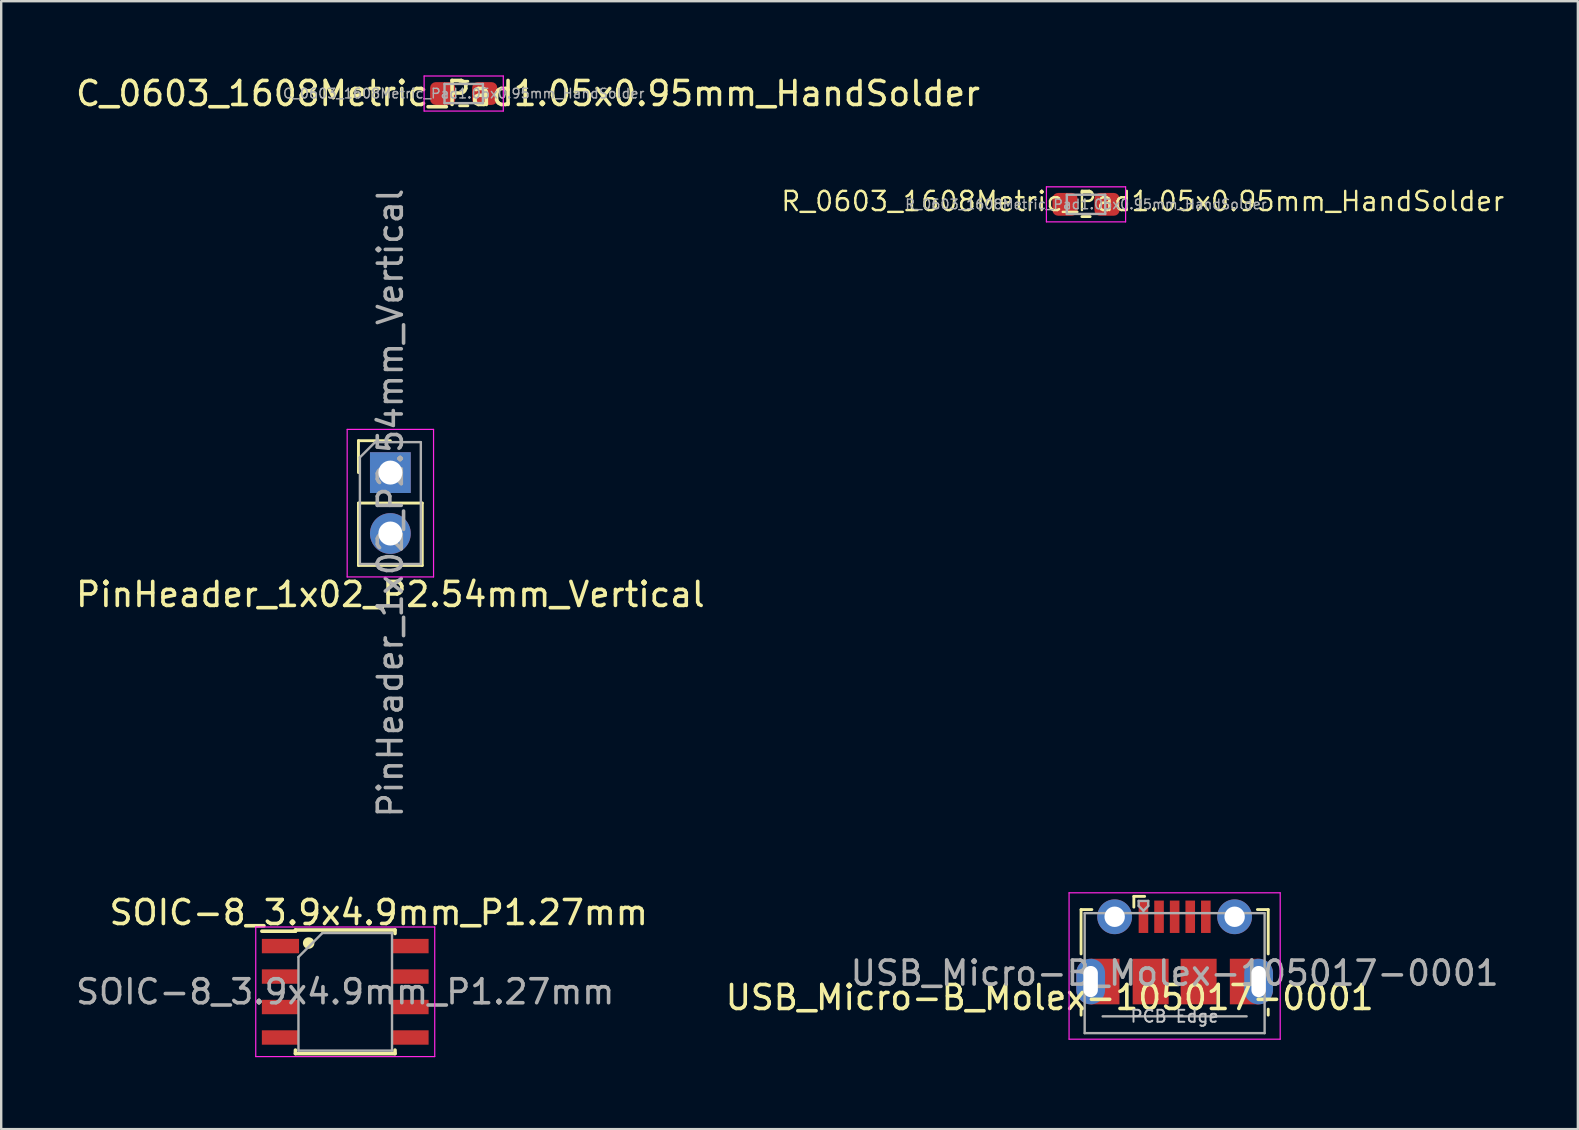
<source format=kicad_pcb>
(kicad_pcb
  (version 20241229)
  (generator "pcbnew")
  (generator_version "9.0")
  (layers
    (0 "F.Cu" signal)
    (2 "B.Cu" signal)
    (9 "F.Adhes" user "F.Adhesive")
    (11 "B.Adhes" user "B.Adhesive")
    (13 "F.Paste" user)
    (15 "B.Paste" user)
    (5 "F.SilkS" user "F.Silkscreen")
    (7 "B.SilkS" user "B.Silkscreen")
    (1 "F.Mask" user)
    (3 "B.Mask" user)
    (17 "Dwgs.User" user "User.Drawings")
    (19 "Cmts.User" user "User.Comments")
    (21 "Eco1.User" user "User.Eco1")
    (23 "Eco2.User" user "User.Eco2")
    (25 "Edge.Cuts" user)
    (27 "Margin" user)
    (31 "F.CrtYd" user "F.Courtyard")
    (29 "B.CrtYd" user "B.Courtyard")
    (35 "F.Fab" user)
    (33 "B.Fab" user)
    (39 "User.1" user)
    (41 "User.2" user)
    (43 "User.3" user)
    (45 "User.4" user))
  (footprint "R_0603_1608Metric_Pad1.05x0.95mm_HandSolder"
    (layer "F.Cu")
    (at 42.214 5.467)
    (property "Reference" "R_0603_1608Metric_Pad1.05x0.95mm_HandSolder" (at 2.364 -0.127 0) (layer "F.SilkS") (effects (font (size 0.8 0.8) (thickness 0.1))))
    (attr smd)
    (fp_line (start -0.171 -0.51) (end 0.171 -0.51) (stroke (width 0.12) (type solid)) (layer "F.SilkS"))
    (fp_line (start -0.171 0.51) (end 0.171 0.51) (stroke (width 0.12) (type solid)) (layer "F.SilkS"))
    (fp_line (start -1.65 -0.73) (end 1.65 -0.73) (stroke (width 0.05) (type solid)) (layer "F.CrtYd"))
    (fp_line (start -1.65 0.73) (end -1.65 -0.73) (stroke (width 0.05) (type solid)) (layer "F.CrtYd"))
    (fp_line (start 1.65 -0.73) (end 1.65 0.73) (stroke (width 0.05) (type solid)) (layer "F.CrtYd"))
    (fp_line (start 1.65 0.73) (end -1.65 0.73) (stroke (width 0.05) (type solid)) (layer "F.CrtYd"))
    (fp_line (start -0.8 -0.4) (end 0.8 -0.4) (stroke (width 0.1) (type solid)) (layer "F.Fab"))
    (fp_line (start -0.8 0.4) (end -0.8 -0.4) (stroke (width 0.1) (type solid)) (layer "F.Fab"))
    (fp_line (start 0.8 -0.4) (end 0.8 0.4) (stroke (width 0.1) (type solid)) (layer "F.Fab"))
    (fp_line (start 0.8 0.4) (end -0.8 0.4) (stroke (width 0.1) (type solid)) (layer "F.Fab"))
    (fp_text user "${REFERENCE}" (at 0 0 0) (layer "F.Fab") (effects (font (size 0.4 0.4) (thickness 0.06))))
    (pad "1" smd roundrect (at -0.875 0) (size 1.05 0.95) (layers "F.Cu" "F.Mask" "F.Paste") (roundrect_rratio 0.25))
    (pad "2" smd roundrect (at 0.875 0) (size 1.05 0.95) (layers "F.Cu" "F.Mask" "F.Paste") (roundrect_rratio 0.25)))
  (footprint "USB_Micro-B_Molex-105017-0001"
    (layer "F.Cu")
    (at 45.908 36.622)
    (property "Reference" "USB_Micro-B_Molex-105017-0001" (at -5.207 1.905 0) (layer "F.SilkS") (effects (font (size 1 1) (thickness 0.15))))
    (attr smd)
    (fp_line (start -3.9 -1.762) (end -3.45 -1.762) (stroke (width 0.12) (type solid)) (layer "F.SilkS"))
    (fp_line (start -3.9 0.087) (end -3.9 -1.762) (stroke (width 0.12) (type solid)) (layer "F.SilkS"))
    (fp_line (start -3.9 2.638) (end -3.9 2.388) (stroke (width 0.12) (type solid)) (layer "F.SilkS"))
    (fp_line (start -1.7 -2.312) (end -1.7 -1.863) (stroke (width 0.12) (type solid)) (layer "F.SilkS"))
    (fp_line (start -1.7 -2.312) (end -1.25 -2.312) (stroke (width 0.12) (type solid)) (layer "F.SilkS"))
    (fp_line (start 3.9 -1.762) (end 3.45 -1.762) (stroke (width 0.12) (type solid)) (layer "F.SilkS"))
    (fp_line (start 3.9 0.087) (end 3.9 -1.762) (stroke (width 0.12) (type solid)) (layer "F.SilkS"))
    (fp_line (start 3.9 2.638) (end 3.9 2.388) (stroke (width 0.12) (type solid)) (layer "F.SilkS"))
    (fp_line (start -4.4 -2.46) (end 4.4 -2.46) (stroke (width 0.05) (type solid)) (layer "F.CrtYd"))
    (fp_line (start -4.4 3.64) (end -4.4 -2.46) (stroke (width 0.05) (type solid)) (layer "F.CrtYd"))
    (fp_line (start -4.4 3.64) (end 4.4 3.64) (stroke (width 0.05) (type solid)) (layer "F.CrtYd"))
    (fp_line (start 4.4 -2.46) (end 4.4 3.64) (stroke (width 0.05) (type solid)) (layer "F.CrtYd"))
    (fp_line (start -3.75 -1.613) (end 3.75 -1.613) (stroke (width 0.1) (type solid)) (layer "F.Fab"))
    (fp_line (start -3.75 3.388) (end -3.75 -1.613) (stroke (width 0.1) (type solid)) (layer "F.Fab"))
    (fp_line (start -3.75 3.389) (end 3.75 3.389) (stroke (width 0.1) (type solid)) (layer "F.Fab"))
    (fp_line (start -3 2.689) (end 3 2.689) (stroke (width 0.1) (type solid)) (layer "F.Fab"))
    (fp_line (start -1.5 -2.123) (end -1.5 -1.913) (stroke (width 0.1) (type solid)) (layer "F.Fab"))
    (fp_line (start -1.5 -2.123) (end -1.1 -2.123) (stroke (width 0.1) (type solid)) (layer "F.Fab"))
    (fp_line (start -1.3 -1.712) (end -1.5 -1.913) (stroke (width 0.1) (type solid)) (layer "F.Fab"))
    (fp_line (start -1.1 -2.123) (end -1.1 -1.913) (stroke (width 0.1) (type solid)) (layer "F.Fab"))
    (fp_line (start -1.1 -1.913) (end -1.3 -1.712) (stroke (width 0.1) (type solid)) (layer "F.Fab"))
    (fp_line (start 3.75 3.388) (end 3.75 -1.613) (stroke (width 0.1) (type solid)) (layer "F.Fab"))
    (fp_text user "PCB Edge" (at 0 2.688 0) (layer "Dwgs.User") (effects (font (size 0.5 0.5) (thickness 0.08))))
    (fp_text user "${REFERENCE}" (at 0 0.887 0) (layer "F.Fab") (effects (font (size 1 1) (thickness 0.15))))
    (pad "1" smd rect (at -1.3 -1.462) (size 0.4 1.35) (layers "F.Cu" "F.Mask" "F.Paste"))
    (pad "2" smd rect (at -0.65 -1.462) (size 0.4 1.35) (layers "F.Cu" "F.Mask" "F.Paste"))
    (pad "3" smd rect (at 0 -1.462) (size 0.4 1.35) (layers "F.Cu" "F.Mask" "F.Paste"))
    (pad "4" smd rect (at 0.65 -1.462) (size 0.4 1.35) (layers "F.Cu" "F.Mask" "F.Paste"))
    (pad "5" smd rect (at 1.3 -1.462) (size 0.4 1.35) (layers "F.Cu" "F.Mask" "F.Paste"))
    (pad "6" thru_hole oval (at -3.5 1.238 180) (size 1.2 1.9) (drill oval 0.6 1.3) (layers "*.Cu" "*.Mask"))
    (pad "6" smd rect (at -2.9 1.238) (size 1.2 1.9) (layers "F.Cu" "F.Mask"))
    (pad "6" thru_hole circle (at -2.5 -1.462) (size 1.45 1.45) (drill 0.85) (layers "*.Cu" "*.Mask"))
    (pad "6" smd rect (at -1 1.238) (size 1.5 1.9) (layers "F.Cu" "F.Mask" "F.Paste"))
    (pad "6" smd rect (at 1 1.238) (size 1.5 1.9) (layers "F.Cu" "F.Mask" "F.Paste"))
    (pad "6" thru_hole circle (at 2.5 -1.462) (size 1.45 1.45) (drill 0.85) (layers "*.Cu" "*.Mask"))
    (pad "6" smd rect (at 2.9 1.238) (size 1.2 1.9) (layers "F.Cu" "F.Mask"))
    (pad "6" thru_hole oval (at 3.5 1.238) (size 1.2 1.9) (drill oval 0.6 1.3) (layers "*.Cu" "*.Mask")))
  (footprint "C_0603_1608Metric_Pad1.05x0.95mm_HandSolder"
    (layer "F.Cu")
    (at 16.277 0.848)
    (property "Reference" "C_0603_1608Metric_Pad1.05x0.95mm_HandSolder" (at 2.681 0 0) (layer "F.SilkS") (effects (font (size 1 1) (thickness 0.15))))
    (attr smd)
    (fp_line (start -0.171 -0.51) (end 0.171 -0.51) (stroke (width 0.12) (type solid)) (layer "F.SilkS"))
    (fp_line (start -0.171 0.51) (end 0.171 0.51) (stroke (width 0.12) (type solid)) (layer "F.SilkS"))
    (fp_line (start -1.65 -0.73) (end 1.65 -0.73) (stroke (width 0.05) (type solid)) (layer "F.CrtYd"))
    (fp_line (start -1.65 0.73) (end -1.65 -0.73) (stroke (width 0.05) (type solid)) (layer "F.CrtYd"))
    (fp_line (start 1.65 -0.73) (end 1.65 0.73) (stroke (width 0.05) (type solid)) (layer "F.CrtYd"))
    (fp_line (start 1.65 0.73) (end -1.65 0.73) (stroke (width 0.05) (type solid)) (layer "F.CrtYd"))
    (fp_line (start -0.8 -0.4) (end 0.8 -0.4) (stroke (width 0.1) (type solid)) (layer "F.Fab"))
    (fp_line (start -0.8 0.4) (end -0.8 -0.4) (stroke (width 0.1) (type solid)) (layer "F.Fab"))
    (fp_line (start 0.8 -0.4) (end 0.8 0.4) (stroke (width 0.1) (type solid)) (layer "F.Fab"))
    (fp_line (start 0.8 0.4) (end -0.8 0.4) (stroke (width 0.1) (type solid)) (layer "F.Fab"))
    (fp_text user "${REFERENCE}" (at 0 0 0) (layer "F.Fab") (effects (font (size 0.4 0.4) (thickness 0.06))))
    (pad "1" smd roundrect (at -0.875 0) (size 1.05 0.95) (layers "F.Cu" "F.Mask" "F.Paste") (roundrect_rratio 0.25))
    (pad "2" smd roundrect (at 0.875 0) (size 1.05 0.95) (layers "F.Cu" "F.Mask" "F.Paste") (roundrect_rratio 0.25)))
  (footprint "SOIC-8_3.9x4.9mm_P1.27mm"
    (layer "F.Cu")
    (at 11.339 38.287)
    (property "Reference" "SOIC-8_3.9x4.9mm_P1.27mm" (at 1.397 -3.302 0) (layer "F.SilkS") (effects (font (size 1 1) (thickness 0.15))))
    (attr smd)
    (fp_line (start -2.075 -2.575) (end -2.075 -2.525) (stroke (width 0.15) (type solid)) (layer "F.SilkS"))
    (fp_line (start -2.075 -2.575) (end 2.075 -2.575) (stroke (width 0.15) (type solid)) (layer "F.SilkS"))
    (fp_line (start -2.075 -2.525) (end -3.475 -2.525) (stroke (width 0.15) (type solid)) (layer "F.SilkS"))
    (fp_line (start -2.075 2.575) (end -2.075 2.43) (stroke (width 0.15) (type solid)) (layer "F.SilkS"))
    (fp_line (start -2.075 2.575) (end 2.075 2.575) (stroke (width 0.15) (type solid)) (layer "F.SilkS"))
    (fp_line (start 2.075 -2.575) (end 2.075 -2.43) (stroke (width 0.15) (type solid)) (layer "F.SilkS"))
    (fp_line (start 2.075 2.575) (end 2.075 2.43) (stroke (width 0.15) (type solid)) (layer "F.SilkS"))
    (fp_circle (center -1.524 -2.032) (end -1.524 -2.029) (stroke (width 0.12) (type solid)) (fill no) (layer "F.SilkS"))
    (fp_circle (center -1.524 -2.032) (end -1.524 -2.007) (stroke (width 0.12) (type solid)) (fill no) (layer "F.SilkS"))
    (fp_circle (center -1.524 -2.032) (end -1.524 -1.905) (stroke (width 0.12) (type solid)) (fill no) (layer "F.SilkS"))
    (fp_circle (center -1.524 -2.032) (end -1.499 -1.981) (stroke (width 0.12) (type solid)) (fill no) (layer "F.SilkS"))
    (fp_circle (center -1.524 -2.032) (end -1.397 -1.905) (stroke (width 0.12) (type solid)) (fill no) (layer "F.SilkS"))
    (fp_line (start -3.73 -2.7) (end -3.73 2.7) (stroke (width 0.05) (type solid)) (layer "F.CrtYd"))
    (fp_line (start -3.73 -2.7) (end 3.73 -2.7) (stroke (width 0.05) (type solid)) (layer "F.CrtYd"))
    (fp_line (start -3.73 2.7) (end 3.73 2.7) (stroke (width 0.05) (type solid)) (layer "F.CrtYd"))
    (fp_line (start 3.73 -2.7) (end 3.73 2.7) (stroke (width 0.05) (type solid)) (layer "F.CrtYd"))
    (fp_line (start -1.95 -1.45) (end -0.95 -2.45) (stroke (width 0.1) (type solid)) (layer "F.Fab"))
    (fp_line (start -1.95 2.45) (end -1.95 -1.45) (stroke (width 0.1) (type solid)) (layer "F.Fab"))
    (fp_line (start -0.95 -2.45) (end 1.95 -2.45) (stroke (width 0.1) (type solid)) (layer "F.Fab"))
    (fp_line (start 1.95 -2.45) (end 1.95 2.45) (stroke (width 0.1) (type solid)) (layer "F.Fab"))
    (fp_line (start 1.95 2.45) (end -1.95 2.45) (stroke (width 0.1) (type solid)) (layer "F.Fab"))
    (fp_text user "${REFERENCE}" (at 0 0 0) (layer "F.Fab") (effects (font (size 1 1) (thickness 0.15))))
    (pad "1" smd rect (at -2.7 -1.905) (size 1.55 0.6) (layers "F.Cu" "F.Mask" "F.Paste"))
    (pad "2" smd rect (at -2.7 -0.635) (size 1.55 0.6) (layers "F.Cu" "F.Mask" "F.Paste"))
    (pad "3" smd rect (at -2.7 0.635) (size 1.55 0.6) (layers "F.Cu" "F.Mask" "F.Paste"))
    (pad "4" smd rect (at -2.7 1.905) (size 1.55 0.6) (layers "F.Cu" "F.Mask" "F.Paste"))
    (pad "5" smd rect (at 2.7 1.905) (size 1.55 0.6) (layers "F.Cu" "F.Mask" "F.Paste"))
    (pad "6" smd rect (at 2.7 0.635) (size 1.55 0.6) (layers "F.Cu" "F.Mask" "F.Paste"))
    (pad "7" smd rect (at 2.7 -0.635) (size 1.55 0.6) (layers "F.Cu" "F.Mask" "F.Paste"))
    (pad "8" smd rect (at 2.7 -1.905) (size 1.55 0.6) (layers "F.Cu" "F.Mask" "F.Paste")))
  (footprint "PinHeader_1x02_P2.54mm_Vertical"
    (layer "F.Cu")
    (at 13.22 16.647)
    (property "Reference" "PinHeader_1x02_P2.54mm_Vertical" (at 0 5.08 0) (layer "F.SilkS") (effects (font (size 1 1) (thickness 0.15))))
    (attr through_hole)
    (fp_line (start -1.33 -1.33) (end 0 -1.33) (stroke (width 0.12) (type solid)) (layer "F.SilkS"))
    (fp_line (start -1.33 0) (end -1.33 -1.33) (stroke (width 0.12) (type solid)) (layer "F.SilkS"))
    (fp_line (start -1.33 1.27) (end -1.33 3.87) (stroke (width 0.12) (type solid)) (layer "F.SilkS"))
    (fp_line (start -1.33 1.27) (end 1.33 1.27) (stroke (width 0.12) (type solid)) (layer "F.SilkS"))
    (fp_line (start -1.33 3.87) (end 1.33 3.87) (stroke (width 0.12) (type solid)) (layer "F.SilkS"))
    (fp_line (start 1.33 1.27) (end 1.33 3.87) (stroke (width 0.12) (type solid)) (layer "F.SilkS"))
    (fp_line (start -1.8 -1.8) (end -1.8 4.35) (stroke (width 0.05) (type solid)) (layer "F.CrtYd"))
    (fp_line (start -1.8 4.35) (end 1.8 4.35) (stroke (width 0.05) (type solid)) (layer "F.CrtYd"))
    (fp_line (start 1.8 -1.8) (end -1.8 -1.8) (stroke (width 0.05) (type solid)) (layer "F.CrtYd"))
    (fp_line (start 1.8 4.35) (end 1.8 -1.8) (stroke (width 0.05) (type solid)) (layer "F.CrtYd"))
    (fp_line (start -1.27 -0.635) (end -0.635 -1.27) (stroke (width 0.1) (type solid)) (layer "F.Fab"))
    (fp_line (start -1.27 3.81) (end -1.27 -0.635) (stroke (width 0.1) (type solid)) (layer "F.Fab"))
    (fp_line (start -0.635 -1.27) (end 1.27 -1.27) (stroke (width 0.1) (type solid)) (layer "F.Fab"))
    (fp_line (start 1.27 -1.27) (end 1.27 3.81) (stroke (width 0.1) (type solid)) (layer "F.Fab"))
    (fp_line (start 1.27 3.81) (end -1.27 3.81) (stroke (width 0.1) (type solid)) (layer "F.Fab"))
    (fp_text user "${REFERENCE}" (at 0 1.27 90) (layer "F.Fab") (effects (font (size 1 1) (thickness 0.15))))
    (pad "1" thru_hole rect (at 0 0) (size 1.7 1.7) (drill 1) (layers "*.Cu" "*.Mask"))
    (pad "2" thru_hole oval (at 0 2.54) (size 1.7 1.7) (drill 1) (layers "*.Cu" "*.Mask")))
  (gr_rect
    (start -3 -3)
    (end 62.714 44.012)
    (stroke (width 0.1) (type default))
    (fill no)
    (layer "Edge.Cuts")))
</source>
